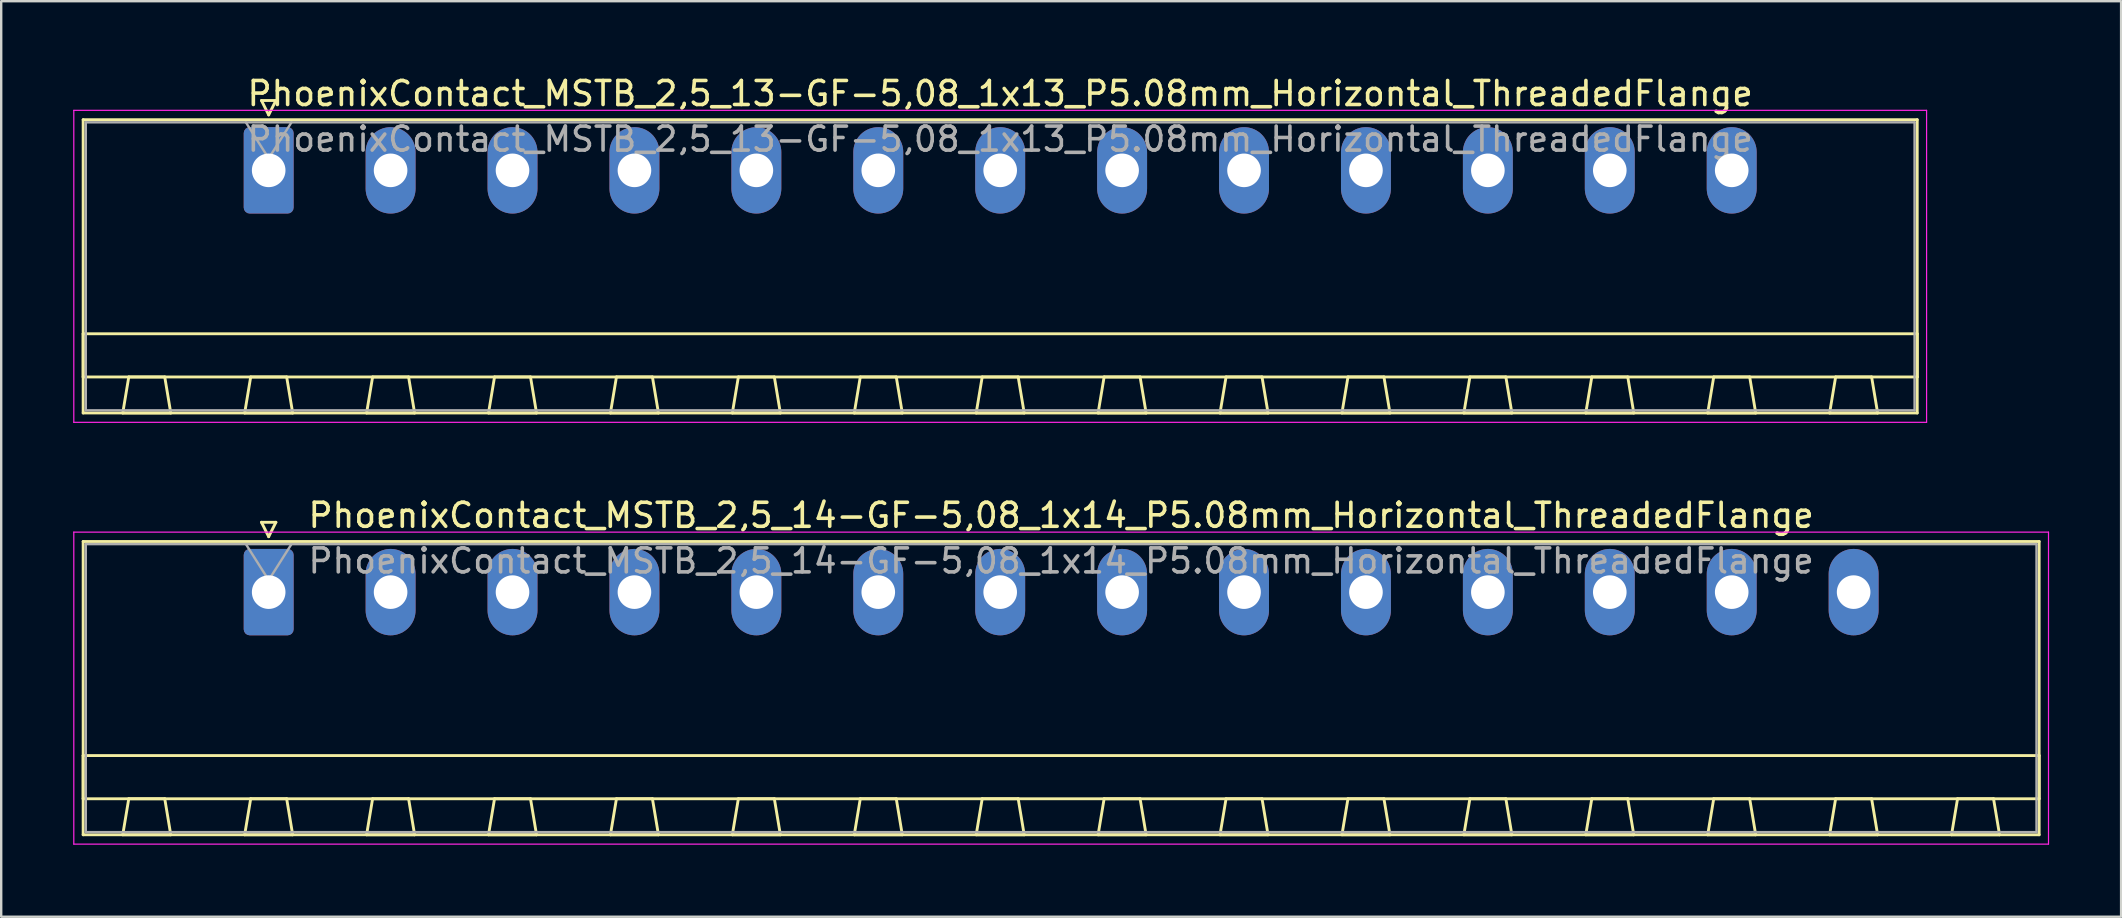
<source format=kicad_pcb>
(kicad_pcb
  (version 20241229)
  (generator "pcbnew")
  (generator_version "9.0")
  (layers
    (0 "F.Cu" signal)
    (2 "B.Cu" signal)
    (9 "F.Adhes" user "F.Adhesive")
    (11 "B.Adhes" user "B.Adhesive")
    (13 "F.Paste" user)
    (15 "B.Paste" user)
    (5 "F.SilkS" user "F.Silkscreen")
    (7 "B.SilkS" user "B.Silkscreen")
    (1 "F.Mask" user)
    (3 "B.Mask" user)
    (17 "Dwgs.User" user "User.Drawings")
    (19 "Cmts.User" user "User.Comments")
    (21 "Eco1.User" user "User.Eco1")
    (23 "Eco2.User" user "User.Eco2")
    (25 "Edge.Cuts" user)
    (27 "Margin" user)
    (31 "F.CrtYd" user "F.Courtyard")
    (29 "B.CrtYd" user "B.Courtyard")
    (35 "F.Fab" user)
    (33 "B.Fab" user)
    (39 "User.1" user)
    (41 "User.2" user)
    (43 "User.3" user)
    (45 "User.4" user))
  (footprint "PhoenixContact_MSTB_2,5_13-GF-5,08_1x13_P5.08mm_Horizontal_ThreadedFlange"
    (layer "F.Cu")
    (at 8.145 4.048)
    (property "Reference" "PhoenixContact_MSTB_2,5_13-GF-5,08_1x13_P5.08mm_Horizontal_ThreadedFlange" (at 30.48 -3.2 0) (layer "F.SilkS") (effects (font (size 1 1) (thickness 0.15))))
    (attr through_hole)
    (fp_line (start -7.73 -2.11) (end -7.73 10.11) (stroke (width 0.12) (type solid)) (layer "F.SilkS"))
    (fp_line (start -7.73 6.81) (end 68.69 6.81) (stroke (width 0.12) (type solid)) (layer "F.SilkS"))
    (fp_line (start -7.73 8.61) (end -7.73 6.81) (stroke (width 0.12) (type solid)) (layer "F.SilkS"))
    (fp_line (start -7.73 10.11) (end 68.69 10.11) (stroke (width 0.12) (type solid)) (layer "F.SilkS"))
    (fp_line (start -6.08 10.11) (end -4.08 10.11) (stroke (width 0.12) (type solid)) (layer "F.SilkS"))
    (fp_line (start -5.83 8.61) (end -6.08 10.11) (stroke (width 0.12) (type solid)) (layer "F.SilkS"))
    (fp_line (start -4.33 8.61) (end -5.83 8.61) (stroke (width 0.12) (type solid)) (layer "F.SilkS"))
    (fp_line (start -4.08 10.11) (end -4.33 8.61) (stroke (width 0.12) (type solid)) (layer "F.SilkS"))
    (fp_line (start -1 10.11) (end 1 10.11) (stroke (width 0.12) (type solid)) (layer "F.SilkS"))
    (fp_line (start -0.75 8.61) (end -1 10.11) (stroke (width 0.12) (type solid)) (layer "F.SilkS"))
    (fp_line (start -0.3 -2.91) (end 0.3 -2.91) (stroke (width 0.12) (type solid)) (layer "F.SilkS"))
    (fp_line (start 0 -2.31) (end -0.3 -2.91) (stroke (width 0.12) (type solid)) (layer "F.SilkS"))
    (fp_line (start 0.3 -2.91) (end 0 -2.31) (stroke (width 0.12) (type solid)) (layer "F.SilkS"))
    (fp_line (start 0.75 8.61) (end -0.75 8.61) (stroke (width 0.12) (type solid)) (layer "F.SilkS"))
    (fp_line (start 1 10.11) (end 0.75 8.61) (stroke (width 0.12) (type solid)) (layer "F.SilkS"))
    (fp_line (start 4.08 10.11) (end 6.08 10.11) (stroke (width 0.12) (type solid)) (layer "F.SilkS"))
    (fp_line (start 4.33 8.61) (end 4.08 10.11) (stroke (width 0.12) (type solid)) (layer "F.SilkS"))
    (fp_line (start 5.83 8.61) (end 4.33 8.61) (stroke (width 0.12) (type solid)) (layer "F.SilkS"))
    (fp_line (start 6.08 10.11) (end 5.83 8.61) (stroke (width 0.12) (type solid)) (layer "F.SilkS"))
    (fp_line (start 9.16 10.11) (end 11.16 10.11) (stroke (width 0.12) (type solid)) (layer "F.SilkS"))
    (fp_line (start 9.41 8.61) (end 9.16 10.11) (stroke (width 0.12) (type solid)) (layer "F.SilkS"))
    (fp_line (start 10.91 8.61) (end 9.41 8.61) (stroke (width 0.12) (type solid)) (layer "F.SilkS"))
    (fp_line (start 11.16 10.11) (end 10.91 8.61) (stroke (width 0.12) (type solid)) (layer "F.SilkS"))
    (fp_line (start 14.24 10.11) (end 16.24 10.11) (stroke (width 0.12) (type solid)) (layer "F.SilkS"))
    (fp_line (start 14.49 8.61) (end 14.24 10.11) (stroke (width 0.12) (type solid)) (layer "F.SilkS"))
    (fp_line (start 15.99 8.61) (end 14.49 8.61) (stroke (width 0.12) (type solid)) (layer "F.SilkS"))
    (fp_line (start 16.24 10.11) (end 15.99 8.61) (stroke (width 0.12) (type solid)) (layer "F.SilkS"))
    (fp_line (start 19.32 10.11) (end 21.32 10.11) (stroke (width 0.12) (type solid)) (layer "F.SilkS"))
    (fp_line (start 19.57 8.61) (end 19.32 10.11) (stroke (width 0.12) (type solid)) (layer "F.SilkS"))
    (fp_line (start 21.07 8.61) (end 19.57 8.61) (stroke (width 0.12) (type solid)) (layer "F.SilkS"))
    (fp_line (start 21.32 10.11) (end 21.07 8.61) (stroke (width 0.12) (type solid)) (layer "F.SilkS"))
    (fp_line (start 24.4 10.11) (end 26.4 10.11) (stroke (width 0.12) (type solid)) (layer "F.SilkS"))
    (fp_line (start 24.65 8.61) (end 24.4 10.11) (stroke (width 0.12) (type solid)) (layer "F.SilkS"))
    (fp_line (start 26.15 8.61) (end 24.65 8.61) (stroke (width 0.12) (type solid)) (layer "F.SilkS"))
    (fp_line (start 26.4 10.11) (end 26.15 8.61) (stroke (width 0.12) (type solid)) (layer "F.SilkS"))
    (fp_line (start 29.48 10.11) (end 31.48 10.11) (stroke (width 0.12) (type solid)) (layer "F.SilkS"))
    (fp_line (start 29.73 8.61) (end 29.48 10.11) (stroke (width 0.12) (type solid)) (layer "F.SilkS"))
    (fp_line (start 31.23 8.61) (end 29.73 8.61) (stroke (width 0.12) (type solid)) (layer "F.SilkS"))
    (fp_line (start 31.48 10.11) (end 31.23 8.61) (stroke (width 0.12) (type solid)) (layer "F.SilkS"))
    (fp_line (start 34.56 10.11) (end 36.56 10.11) (stroke (width 0.12) (type solid)) (layer "F.SilkS"))
    (fp_line (start 34.81 8.61) (end 34.56 10.11) (stroke (width 0.12) (type solid)) (layer "F.SilkS"))
    (fp_line (start 36.31 8.61) (end 34.81 8.61) (stroke (width 0.12) (type solid)) (layer "F.SilkS"))
    (fp_line (start 36.56 10.11) (end 36.31 8.61) (stroke (width 0.12) (type solid)) (layer "F.SilkS"))
    (fp_line (start 39.64 10.11) (end 41.64 10.11) (stroke (width 0.12) (type solid)) (layer "F.SilkS"))
    (fp_line (start 39.89 8.61) (end 39.64 10.11) (stroke (width 0.12) (type solid)) (layer "F.SilkS"))
    (fp_line (start 41.39 8.61) (end 39.89 8.61) (stroke (width 0.12) (type solid)) (layer "F.SilkS"))
    (fp_line (start 41.64 10.11) (end 41.39 8.61) (stroke (width 0.12) (type solid)) (layer "F.SilkS"))
    (fp_line (start 44.72 10.11) (end 46.72 10.11) (stroke (width 0.12) (type solid)) (layer "F.SilkS"))
    (fp_line (start 44.97 8.61) (end 44.72 10.11) (stroke (width 0.12) (type solid)) (layer "F.SilkS"))
    (fp_line (start 46.47 8.61) (end 44.97 8.61) (stroke (width 0.12) (type solid)) (layer "F.SilkS"))
    (fp_line (start 46.72 10.11) (end 46.47 8.61) (stroke (width 0.12) (type solid)) (layer "F.SilkS"))
    (fp_line (start 49.8 10.11) (end 51.8 10.11) (stroke (width 0.12) (type solid)) (layer "F.SilkS"))
    (fp_line (start 50.05 8.61) (end 49.8 10.11) (stroke (width 0.12) (type solid)) (layer "F.SilkS"))
    (fp_line (start 51.55 8.61) (end 50.05 8.61) (stroke (width 0.12) (type solid)) (layer "F.SilkS"))
    (fp_line (start 51.8 10.11) (end 51.55 8.61) (stroke (width 0.12) (type solid)) (layer "F.SilkS"))
    (fp_line (start 54.88 10.11) (end 56.88 10.11) (stroke (width 0.12) (type solid)) (layer "F.SilkS"))
    (fp_line (start 55.13 8.61) (end 54.88 10.11) (stroke (width 0.12) (type solid)) (layer "F.SilkS"))
    (fp_line (start 56.63 8.61) (end 55.13 8.61) (stroke (width 0.12) (type solid)) (layer "F.SilkS"))
    (fp_line (start 56.88 10.11) (end 56.63 8.61) (stroke (width 0.12) (type solid)) (layer "F.SilkS"))
    (fp_line (start 59.96 10.11) (end 61.96 10.11) (stroke (width 0.12) (type solid)) (layer "F.SilkS"))
    (fp_line (start 60.21 8.61) (end 59.96 10.11) (stroke (width 0.12) (type solid)) (layer "F.SilkS"))
    (fp_line (start 61.71 8.61) (end 60.21 8.61) (stroke (width 0.12) (type solid)) (layer "F.SilkS"))
    (fp_line (start 61.96 10.11) (end 61.71 8.61) (stroke (width 0.12) (type solid)) (layer "F.SilkS"))
    (fp_line (start 65.04 10.11) (end 67.04 10.11) (stroke (width 0.12) (type solid)) (layer "F.SilkS"))
    (fp_line (start 65.29 8.61) (end 65.04 10.11) (stroke (width 0.12) (type solid)) (layer "F.SilkS"))
    (fp_line (start 66.79 8.61) (end 65.29 8.61) (stroke (width 0.12) (type solid)) (layer "F.SilkS"))
    (fp_line (start 67.04 10.11) (end 66.79 8.61) (stroke (width 0.12) (type solid)) (layer "F.SilkS"))
    (fp_line (start 68.69 -2.11) (end -7.73 -2.11) (stroke (width 0.12) (type solid)) (layer "F.SilkS"))
    (fp_line (start 68.69 6.81) (end 68.69 8.61) (stroke (width 0.12) (type solid)) (layer "F.SilkS"))
    (fp_line (start 68.69 8.61) (end -7.73 8.61) (stroke (width 0.12) (type solid)) (layer "F.SilkS"))
    (fp_line (start 68.69 10.11) (end 68.69 -2.11) (stroke (width 0.12) (type solid)) (layer "F.SilkS"))
    (fp_line (start -8.12 -2.5) (end -8.12 10.5) (stroke (width 0.05) (type solid)) (layer "F.CrtYd"))
    (fp_line (start -8.12 10.5) (end 69.08 10.5) (stroke (width 0.05) (type solid)) (layer "F.CrtYd"))
    (fp_line (start 69.08 -2.5) (end -8.12 -2.5) (stroke (width 0.05) (type solid)) (layer "F.CrtYd"))
    (fp_line (start 69.08 10.5) (end 69.08 -2.5) (stroke (width 0.05) (type solid)) (layer "F.CrtYd"))
    (fp_line (start -7.62 -2) (end -7.62 10) (stroke (width 0.1) (type solid)) (layer "F.Fab"))
    (fp_line (start -7.62 10) (end 68.58 10) (stroke (width 0.1) (type solid)) (layer "F.Fab"))
    (fp_line (start 0 -0.5) (end -0.95 -2) (stroke (width 0.1) (type solid)) (layer "F.Fab"))
    (fp_line (start 0.95 -2) (end 0 -0.5) (stroke (width 0.1) (type solid)) (layer "F.Fab"))
    (fp_line (start 68.58 -2) (end -7.62 -2) (stroke (width 0.1) (type solid)) (layer "F.Fab"))
    (fp_line (start 68.58 10) (end 68.58 -2) (stroke (width 0.1) (type solid)) (layer "F.Fab"))
    (fp_text user "${REFERENCE}" (at 30.48 -1.3 0) (layer "F.Fab") (effects (font (size 1 1) (thickness 0.15))))
    (pad "1" thru_hole roundrect (at 0 0) (size 2.08 3.6) (drill 1.4) (layers "*.Cu" "*.Mask") (roundrect_rratio 0.12))
    (pad "2" thru_hole oval (at 5.08 0) (size 2.08 3.6) (drill 1.4) (layers "*.Cu" "*.Mask"))
    (pad "3" thru_hole oval (at 10.16 0) (size 2.08 3.6) (drill 1.4) (layers "*.Cu" "*.Mask"))
    (pad "4" thru_hole oval (at 15.24 0) (size 2.08 3.6) (drill 1.4) (layers "*.Cu" "*.Mask"))
    (pad "5" thru_hole oval (at 20.32 0) (size 2.08 3.6) (drill 1.4) (layers "*.Cu" "*.Mask"))
    (pad "6" thru_hole oval (at 25.4 0) (size 2.08 3.6) (drill 1.4) (layers "*.Cu" "*.Mask"))
    (pad "7" thru_hole oval (at 30.48 0) (size 2.08 3.6) (drill 1.4) (layers "*.Cu" "*.Mask"))
    (pad "8" thru_hole oval (at 35.56 0) (size 2.08 3.6) (drill 1.4) (layers "*.Cu" "*.Mask"))
    (pad "9" thru_hole oval (at 40.64 0) (size 2.08 3.6) (drill 1.4) (layers "*.Cu" "*.Mask"))
    (pad "10" thru_hole oval (at 45.72 0) (size 2.08 3.6) (drill 1.4) (layers "*.Cu" "*.Mask"))
    (pad "11" thru_hole oval (at 50.8 0) (size 2.08 3.6) (drill 1.4) (layers "*.Cu" "*.Mask"))
    (pad "12" thru_hole oval (at 55.88 0) (size 2.08 3.6) (drill 1.4) (layers "*.Cu" "*.Mask"))
    (pad "13" thru_hole oval (at 60.96 0) (size 2.08 3.6) (drill 1.4) (layers "*.Cu" "*.Mask")))
  (footprint "PhoenixContact_MSTB_2,5_14-GF-5,08_1x14_P5.08mm_Horizontal_ThreadedFlange"
    (layer "F.Cu")
    (at 8.145 21.622)
    (property "Reference" "PhoenixContact_MSTB_2,5_14-GF-5,08_1x14_P5.08mm_Horizontal_ThreadedFlange" (at 33.02 -3.2 0) (layer "F.SilkS") (effects (font (size 1 1) (thickness 0.15))))
    (attr through_hole)
    (fp_line (start -7.73 -2.11) (end -7.73 10.11) (stroke (width 0.12) (type solid)) (layer "F.SilkS"))
    (fp_line (start -7.73 6.81) (end 73.77 6.81) (stroke (width 0.12) (type solid)) (layer "F.SilkS"))
    (fp_line (start -7.73 8.61) (end -7.73 6.81) (stroke (width 0.12) (type solid)) (layer "F.SilkS"))
    (fp_line (start -7.73 10.11) (end 73.77 10.11) (stroke (width 0.12) (type solid)) (layer "F.SilkS"))
    (fp_line (start -6.08 10.11) (end -4.08 10.11) (stroke (width 0.12) (type solid)) (layer "F.SilkS"))
    (fp_line (start -5.83 8.61) (end -6.08 10.11) (stroke (width 0.12) (type solid)) (layer "F.SilkS"))
    (fp_line (start -4.33 8.61) (end -5.83 8.61) (stroke (width 0.12) (type solid)) (layer "F.SilkS"))
    (fp_line (start -4.08 10.11) (end -4.33 8.61) (stroke (width 0.12) (type solid)) (layer "F.SilkS"))
    (fp_line (start -1 10.11) (end 1 10.11) (stroke (width 0.12) (type solid)) (layer "F.SilkS"))
    (fp_line (start -0.75 8.61) (end -1 10.11) (stroke (width 0.12) (type solid)) (layer "F.SilkS"))
    (fp_line (start -0.3 -2.91) (end 0.3 -2.91) (stroke (width 0.12) (type solid)) (layer "F.SilkS"))
    (fp_line (start 0 -2.31) (end -0.3 -2.91) (stroke (width 0.12) (type solid)) (layer "F.SilkS"))
    (fp_line (start 0.3 -2.91) (end 0 -2.31) (stroke (width 0.12) (type solid)) (layer "F.SilkS"))
    (fp_line (start 0.75 8.61) (end -0.75 8.61) (stroke (width 0.12) (type solid)) (layer "F.SilkS"))
    (fp_line (start 1 10.11) (end 0.75 8.61) (stroke (width 0.12) (type solid)) (layer "F.SilkS"))
    (fp_line (start 4.08 10.11) (end 6.08 10.11) (stroke (width 0.12) (type solid)) (layer "F.SilkS"))
    (fp_line (start 4.33 8.61) (end 4.08 10.11) (stroke (width 0.12) (type solid)) (layer "F.SilkS"))
    (fp_line (start 5.83 8.61) (end 4.33 8.61) (stroke (width 0.12) (type solid)) (layer "F.SilkS"))
    (fp_line (start 6.08 10.11) (end 5.83 8.61) (stroke (width 0.12) (type solid)) (layer "F.SilkS"))
    (fp_line (start 9.16 10.11) (end 11.16 10.11) (stroke (width 0.12) (type solid)) (layer "F.SilkS"))
    (fp_line (start 9.41 8.61) (end 9.16 10.11) (stroke (width 0.12) (type solid)) (layer "F.SilkS"))
    (fp_line (start 10.91 8.61) (end 9.41 8.61) (stroke (width 0.12) (type solid)) (layer "F.SilkS"))
    (fp_line (start 11.16 10.11) (end 10.91 8.61) (stroke (width 0.12) (type solid)) (layer "F.SilkS"))
    (fp_line (start 14.24 10.11) (end 16.24 10.11) (stroke (width 0.12) (type solid)) (layer "F.SilkS"))
    (fp_line (start 14.49 8.61) (end 14.24 10.11) (stroke (width 0.12) (type solid)) (layer "F.SilkS"))
    (fp_line (start 15.99 8.61) (end 14.49 8.61) (stroke (width 0.12) (type solid)) (layer "F.SilkS"))
    (fp_line (start 16.24 10.11) (end 15.99 8.61) (stroke (width 0.12) (type solid)) (layer "F.SilkS"))
    (fp_line (start 19.32 10.11) (end 21.32 10.11) (stroke (width 0.12) (type solid)) (layer "F.SilkS"))
    (fp_line (start 19.57 8.61) (end 19.32 10.11) (stroke (width 0.12) (type solid)) (layer "F.SilkS"))
    (fp_line (start 21.07 8.61) (end 19.57 8.61) (stroke (width 0.12) (type solid)) (layer "F.SilkS"))
    (fp_line (start 21.32 10.11) (end 21.07 8.61) (stroke (width 0.12) (type solid)) (layer "F.SilkS"))
    (fp_line (start 24.4 10.11) (end 26.4 10.11) (stroke (width 0.12) (type solid)) (layer "F.SilkS"))
    (fp_line (start 24.65 8.61) (end 24.4 10.11) (stroke (width 0.12) (type solid)) (layer "F.SilkS"))
    (fp_line (start 26.15 8.61) (end 24.65 8.61) (stroke (width 0.12) (type solid)) (layer "F.SilkS"))
    (fp_line (start 26.4 10.11) (end 26.15 8.61) (stroke (width 0.12) (type solid)) (layer "F.SilkS"))
    (fp_line (start 29.48 10.11) (end 31.48 10.11) (stroke (width 0.12) (type solid)) (layer "F.SilkS"))
    (fp_line (start 29.73 8.61) (end 29.48 10.11) (stroke (width 0.12) (type solid)) (layer "F.SilkS"))
    (fp_line (start 31.23 8.61) (end 29.73 8.61) (stroke (width 0.12) (type solid)) (layer "F.SilkS"))
    (fp_line (start 31.48 10.11) (end 31.23 8.61) (stroke (width 0.12) (type solid)) (layer "F.SilkS"))
    (fp_line (start 34.56 10.11) (end 36.56 10.11) (stroke (width 0.12) (type solid)) (layer "F.SilkS"))
    (fp_line (start 34.81 8.61) (end 34.56 10.11) (stroke (width 0.12) (type solid)) (layer "F.SilkS"))
    (fp_line (start 36.31 8.61) (end 34.81 8.61) (stroke (width 0.12) (type solid)) (layer "F.SilkS"))
    (fp_line (start 36.56 10.11) (end 36.31 8.61) (stroke (width 0.12) (type solid)) (layer "F.SilkS"))
    (fp_line (start 39.64 10.11) (end 41.64 10.11) (stroke (width 0.12) (type solid)) (layer "F.SilkS"))
    (fp_line (start 39.89 8.61) (end 39.64 10.11) (stroke (width 0.12) (type solid)) (layer "F.SilkS"))
    (fp_line (start 41.39 8.61) (end 39.89 8.61) (stroke (width 0.12) (type solid)) (layer "F.SilkS"))
    (fp_line (start 41.64 10.11) (end 41.39 8.61) (stroke (width 0.12) (type solid)) (layer "F.SilkS"))
    (fp_line (start 44.72 10.11) (end 46.72 10.11) (stroke (width 0.12) (type solid)) (layer "F.SilkS"))
    (fp_line (start 44.97 8.61) (end 44.72 10.11) (stroke (width 0.12) (type solid)) (layer "F.SilkS"))
    (fp_line (start 46.47 8.61) (end 44.97 8.61) (stroke (width 0.12) (type solid)) (layer "F.SilkS"))
    (fp_line (start 46.72 10.11) (end 46.47 8.61) (stroke (width 0.12) (type solid)) (layer "F.SilkS"))
    (fp_line (start 49.8 10.11) (end 51.8 10.11) (stroke (width 0.12) (type solid)) (layer "F.SilkS"))
    (fp_line (start 50.05 8.61) (end 49.8 10.11) (stroke (width 0.12) (type solid)) (layer "F.SilkS"))
    (fp_line (start 51.55 8.61) (end 50.05 8.61) (stroke (width 0.12) (type solid)) (layer "F.SilkS"))
    (fp_line (start 51.8 10.11) (end 51.55 8.61) (stroke (width 0.12) (type solid)) (layer "F.SilkS"))
    (fp_line (start 54.88 10.11) (end 56.88 10.11) (stroke (width 0.12) (type solid)) (layer "F.SilkS"))
    (fp_line (start 55.13 8.61) (end 54.88 10.11) (stroke (width 0.12) (type solid)) (layer "F.SilkS"))
    (fp_line (start 56.63 8.61) (end 55.13 8.61) (stroke (width 0.12) (type solid)) (layer "F.SilkS"))
    (fp_line (start 56.88 10.11) (end 56.63 8.61) (stroke (width 0.12) (type solid)) (layer "F.SilkS"))
    (fp_line (start 59.96 10.11) (end 61.96 10.11) (stroke (width 0.12) (type solid)) (layer "F.SilkS"))
    (fp_line (start 60.21 8.61) (end 59.96 10.11) (stroke (width 0.12) (type solid)) (layer "F.SilkS"))
    (fp_line (start 61.71 8.61) (end 60.21 8.61) (stroke (width 0.12) (type solid)) (layer "F.SilkS"))
    (fp_line (start 61.96 10.11) (end 61.71 8.61) (stroke (width 0.12) (type solid)) (layer "F.SilkS"))
    (fp_line (start 65.04 10.11) (end 67.04 10.11) (stroke (width 0.12) (type solid)) (layer "F.SilkS"))
    (fp_line (start 65.29 8.61) (end 65.04 10.11) (stroke (width 0.12) (type solid)) (layer "F.SilkS"))
    (fp_line (start 66.79 8.61) (end 65.29 8.61) (stroke (width 0.12) (type solid)) (layer "F.SilkS"))
    (fp_line (start 67.04 10.11) (end 66.79 8.61) (stroke (width 0.12) (type solid)) (layer "F.SilkS"))
    (fp_line (start 70.12 10.11) (end 72.12 10.11) (stroke (width 0.12) (type solid)) (layer "F.SilkS"))
    (fp_line (start 70.37 8.61) (end 70.12 10.11) (stroke (width 0.12) (type solid)) (layer "F.SilkS"))
    (fp_line (start 71.87 8.61) (end 70.37 8.61) (stroke (width 0.12) (type solid)) (layer "F.SilkS"))
    (fp_line (start 72.12 10.11) (end 71.87 8.61) (stroke (width 0.12) (type solid)) (layer "F.SilkS"))
    (fp_line (start 73.77 -2.11) (end -7.73 -2.11) (stroke (width 0.12) (type solid)) (layer "F.SilkS"))
    (fp_line (start 73.77 6.81) (end 73.77 8.61) (stroke (width 0.12) (type solid)) (layer "F.SilkS"))
    (fp_line (start 73.77 8.61) (end -7.73 8.61) (stroke (width 0.12) (type solid)) (layer "F.SilkS"))
    (fp_line (start 73.77 10.11) (end 73.77 -2.11) (stroke (width 0.12) (type solid)) (layer "F.SilkS"))
    (fp_line (start -8.12 -2.5) (end -8.12 10.5) (stroke (width 0.05) (type solid)) (layer "F.CrtYd"))
    (fp_line (start -8.12 10.5) (end 74.16 10.5) (stroke (width 0.05) (type solid)) (layer "F.CrtYd"))
    (fp_line (start 74.16 -2.5) (end -8.12 -2.5) (stroke (width 0.05) (type solid)) (layer "F.CrtYd"))
    (fp_line (start 74.16 10.5) (end 74.16 -2.5) (stroke (width 0.05) (type solid)) (layer "F.CrtYd"))
    (fp_line (start -7.62 -2) (end -7.62 10) (stroke (width 0.1) (type solid)) (layer "F.Fab"))
    (fp_line (start -7.62 10) (end 73.66 10) (stroke (width 0.1) (type solid)) (layer "F.Fab"))
    (fp_line (start 0 -0.5) (end -0.95 -2) (stroke (width 0.1) (type solid)) (layer "F.Fab"))
    (fp_line (start 0.95 -2) (end 0 -0.5) (stroke (width 0.1) (type solid)) (layer "F.Fab"))
    (fp_line (start 73.66 -2) (end -7.62 -2) (stroke (width 0.1) (type solid)) (layer "F.Fab"))
    (fp_line (start 73.66 10) (end 73.66 -2) (stroke (width 0.1) (type solid)) (layer "F.Fab"))
    (fp_text user "${REFERENCE}" (at 33.02 -1.3 0) (layer "F.Fab") (effects (font (size 1 1) (thickness 0.15))))
    (pad "1" thru_hole roundrect (at 0 0) (size 2.08 3.6) (drill 1.4) (layers "*.Cu" "*.Mask") (roundrect_rratio 0.12))
    (pad "2" thru_hole oval (at 5.08 0) (size 2.08 3.6) (drill 1.4) (layers "*.Cu" "*.Mask"))
    (pad "3" thru_hole oval (at 10.16 0) (size 2.08 3.6) (drill 1.4) (layers "*.Cu" "*.Mask"))
    (pad "4" thru_hole oval (at 15.24 0) (size 2.08 3.6) (drill 1.4) (layers "*.Cu" "*.Mask"))
    (pad "5" thru_hole oval (at 20.32 0) (size 2.08 3.6) (drill 1.4) (layers "*.Cu" "*.Mask"))
    (pad "6" thru_hole oval (at 25.4 0) (size 2.08 3.6) (drill 1.4) (layers "*.Cu" "*.Mask"))
    (pad "7" thru_hole oval (at 30.48 0) (size 2.08 3.6) (drill 1.4) (layers "*.Cu" "*.Mask"))
    (pad "8" thru_hole oval (at 35.56 0) (size 2.08 3.6) (drill 1.4) (layers "*.Cu" "*.Mask"))
    (pad "9" thru_hole oval (at 40.64 0) (size 2.08 3.6) (drill 1.4) (layers "*.Cu" "*.Mask"))
    (pad "10" thru_hole oval (at 45.72 0) (size 2.08 3.6) (drill 1.4) (layers "*.Cu" "*.Mask"))
    (pad "11" thru_hole oval (at 50.8 0) (size 2.08 3.6) (drill 1.4) (layers "*.Cu" "*.Mask"))
    (pad "12" thru_hole oval (at 55.88 0) (size 2.08 3.6) (drill 1.4) (layers "*.Cu" "*.Mask"))
    (pad "13" thru_hole oval (at 60.96 0) (size 2.08 3.6) (drill 1.4) (layers "*.Cu" "*.Mask"))
    (pad "14" thru_hole oval (at 66.04 0) (size 2.08 3.6) (drill 1.4) (layers "*.Cu" "*.Mask")))
  (gr_rect
    (start -3 -3)
    (end 85.33 35.147)
    (stroke (width 0.1) (type default))
    (fill no)
    (layer "Edge.Cuts")))
</source>
